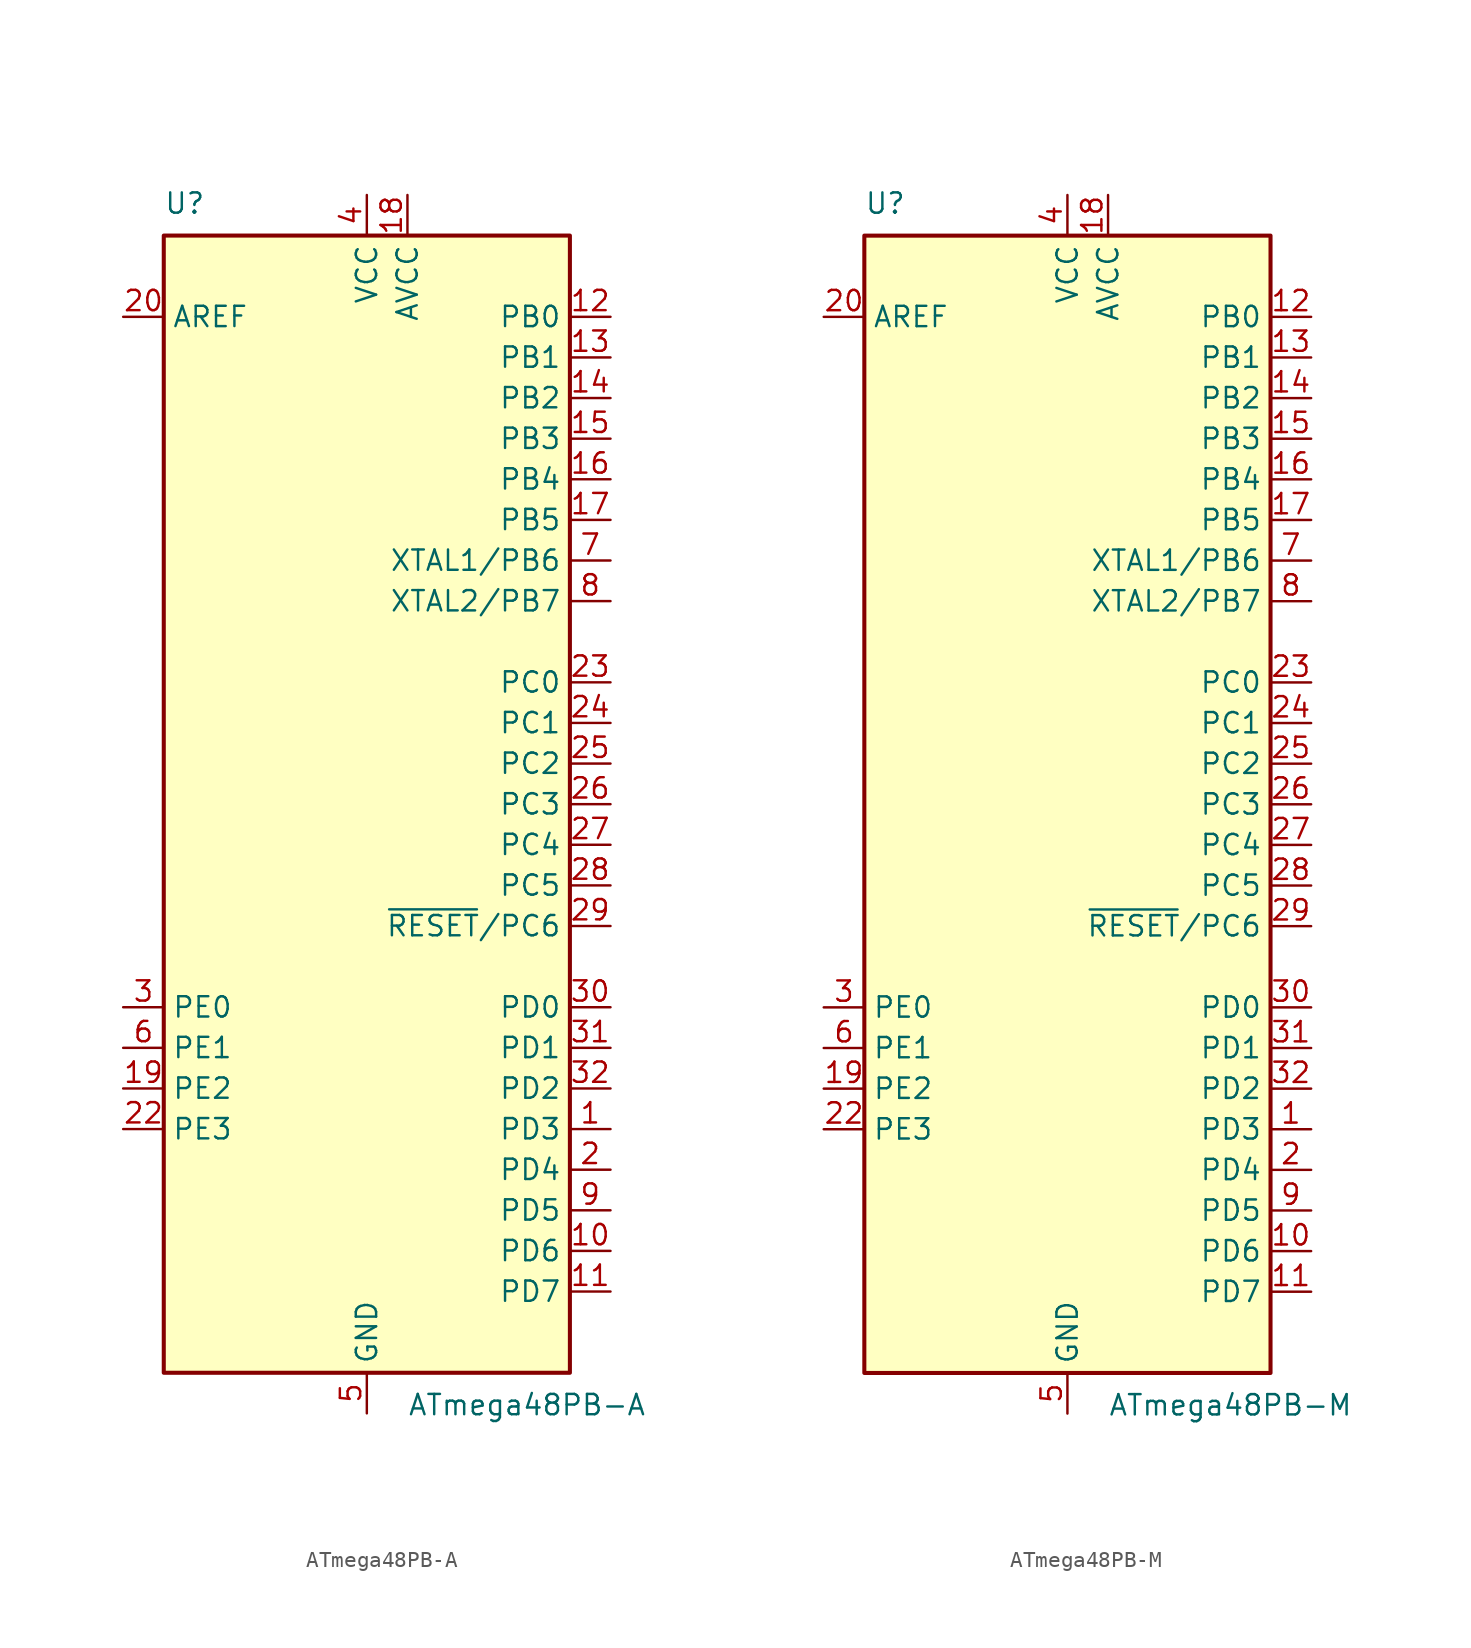
<source format=kicad_sym>
(kicad_symbol_lib
  (version 20211014)
  (generator kicad_symbol_editor)
  (symbol "ATmega48PB-A"
    (property "Reference" "U"
      (at -12.7 36.83 0)
      (effects (font (size 1.27 1.27)) (justify left bottom)))
    (property "Value" "ATmega48PB-A"
      (at 2.54 -36.83 0)
      (effects (font (size 1.27 1.27)) (justify left top)))
    (symbol "ATmega48PB-A_0_1"
      (rectangle (start -12.7 -35.56) (end 12.7 35.56) (stroke (width 0.254) (type default) (color 0 0 0 0)) (fill (type background))))
    (symbol "ATmega48PB-A_1_1"
      (pin bidirectional line (at 15.24 -20.32 180) (length 2.54) (name "PD3" (effects (font (size 1.27 1.27)))) (number "1" (effects (font (size 1.27 1.27)))))
      (pin bidirectional line (at 15.24 -27.94 180) (length 2.54) (name "PD6" (effects (font (size 1.27 1.27)))) (number "10" (effects (font (size 1.27 1.27)))))
      (pin bidirectional line (at 15.24 -30.48 180) (length 2.54) (name "PD7" (effects (font (size 1.27 1.27)))) (number "11" (effects (font (size 1.27 1.27)))))
      (pin bidirectional line (at 15.24 30.48 180) (length 2.54) (name "PB0" (effects (font (size 1.27 1.27)))) (number "12" (effects (font (size 1.27 1.27)))))
      (pin bidirectional line (at 15.24 27.94 180) (length 2.54) (name "PB1" (effects (font (size 1.27 1.27)))) (number "13" (effects (font (size 1.27 1.27)))))
      (pin bidirectional line (at 15.24 25.4 180) (length 2.54) (name "PB2" (effects (font (size 1.27 1.27)))) (number "14" (effects (font (size 1.27 1.27)))))
      (pin bidirectional line (at 15.24 22.86 180) (length 2.54) (name "PB3" (effects (font (size 1.27 1.27)))) (number "15" (effects (font (size 1.27 1.27)))))
      (pin bidirectional line (at 15.24 20.32 180) (length 2.54) (name "PB4" (effects (font (size 1.27 1.27)))) (number "16" (effects (font (size 1.27 1.27)))))
      (pin bidirectional line (at 15.24 17.78 180) (length 2.54) (name "PB5" (effects (font (size 1.27 1.27)))) (number "17" (effects (font (size 1.27 1.27)))))
      (pin power_in line (at 2.54 38.1 270) (length 2.54) (name "AVCC" (effects (font (size 1.27 1.27)))) (number "18" (effects (font (size 1.27 1.27)))))
      (pin bidirectional line (at -15.24 -17.78 0) (length 2.54) (name "PE2" (effects (font (size 1.27 1.27)))) (number "19" (effects (font (size 1.27 1.27)))))
      (pin bidirectional line (at 15.24 -22.86 180) (length 2.54) (name "PD4" (effects (font (size 1.27 1.27)))) (number "2" (effects (font (size 1.27 1.27)))))
      (pin passive line (at -15.24 30.48 0) (length 2.54) (name "AREF" (effects (font (size 1.27 1.27)))) (number "20" (effects (font (size 1.27 1.27)))))
      (pin passive line (at 0 -38.1 90) (length 2.54) hide (name "GND" (effects (font (size 1.27 1.27)))) (number "21" (effects (font (size 1.27 1.27)))))
      (pin bidirectional line (at -15.24 -20.32 0) (length 2.54) (name "PE3" (effects (font (size 1.27 1.27)))) (number "22" (effects (font (size 1.27 1.27)))))
      (pin bidirectional line (at 15.24 7.62 180) (length 2.54) (name "PC0" (effects (font (size 1.27 1.27)))) (number "23" (effects (font (size 1.27 1.27)))))
      (pin bidirectional line (at 15.24 5.08 180) (length 2.54) (name "PC1" (effects (font (size 1.27 1.27)))) (number "24" (effects (font (size 1.27 1.27)))))
      (pin bidirectional line (at 15.24 2.54 180) (length 2.54) (name "PC2" (effects (font (size 1.27 1.27)))) (number "25" (effects (font (size 1.27 1.27)))))
      (pin bidirectional line (at 15.24 0 180) (length 2.54) (name "PC3" (effects (font (size 1.27 1.27)))) (number "26" (effects (font (size 1.27 1.27)))))
      (pin bidirectional line (at 15.24 -2.54 180) (length 2.54) (name "PC4" (effects (font (size 1.27 1.27)))) (number "27" (effects (font (size 1.27 1.27)))))
      (pin bidirectional line (at 15.24 -5.08 180) (length 2.54) (name "PC5" (effects (font (size 1.27 1.27)))) (number "28" (effects (font (size 1.27 1.27)))))
      (pin bidirectional line (at 15.24 -7.62 180) (length 2.54) (name "~{RESET}/PC6" (effects (font (size 1.27 1.27)))) (number "29" (effects (font (size 1.27 1.27)))))
      (pin bidirectional line (at -15.24 -12.7 0) (length 2.54) (name "PE0" (effects (font (size 1.27 1.27)))) (number "3" (effects (font (size 1.27 1.27)))))
      (pin bidirectional line (at 15.24 -12.7 180) (length 2.54) (name "PD0" (effects (font (size 1.27 1.27)))) (number "30" (effects (font (size 1.27 1.27)))))
      (pin bidirectional line (at 15.24 -15.24 180) (length 2.54) (name "PD1" (effects (font (size 1.27 1.27)))) (number "31" (effects (font (size 1.27 1.27)))))
      (pin bidirectional line (at 15.24 -17.78 180) (length 2.54) (name "PD2" (effects (font (size 1.27 1.27)))) (number "32" (effects (font (size 1.27 1.27)))))
      (pin power_in line (at 0 38.1 270) (length 2.54) (name "VCC" (effects (font (size 1.27 1.27)))) (number "4" (effects (font (size 1.27 1.27)))))
      (pin power_in line (at 0 -38.1 90) (length 2.54) (name "GND" (effects (font (size 1.27 1.27)))) (number "5" (effects (font (size 1.27 1.27)))))
      (pin bidirectional line (at -15.24 -15.24 0) (length 2.54) (name "PE1" (effects (font (size 1.27 1.27)))) (number "6" (effects (font (size 1.27 1.27)))))
      (pin bidirectional line (at 15.24 15.24 180) (length 2.54) (name "XTAL1/PB6" (effects (font (size 1.27 1.27)))) (number "7" (effects (font (size 1.27 1.27)))))
      (pin bidirectional line (at 15.24 12.7 180) (length 2.54) (name "XTAL2/PB7" (effects (font (size 1.27 1.27)))) (number "8" (effects (font (size 1.27 1.27)))))
      (pin bidirectional line (at 15.24 -25.4 180) (length 2.54) (name "PD5" (effects (font (size 1.27 1.27)))) (number "9" (effects (font (size 1.27 1.27)))))))
  (symbol "ATmega48PB-M"
    (property "Reference" "U"
      (at -12.7 36.83 0)
      (effects (font (size 1.27 1.27)) (justify left bottom)))
    (property "Value" "ATmega48PB-M"
      (at 2.54 -36.83 0)
      (effects (font (size 1.27 1.27)) (justify left top)))
    (symbol "ATmega48PB-M_0_1"
      (rectangle (start -12.7 -35.56) (end 12.7 35.56) (stroke (width 0.254) (type default) (color 0 0 0 0)) (fill (type background))))
    (symbol "ATmega48PB-M_1_1"
      (pin bidirectional line (at 15.24 -20.32 180) (length 2.54) (name "PD3" (effects (font (size 1.27 1.27)))) (number "1" (effects (font (size 1.27 1.27)))))
      (pin bidirectional line (at 15.24 -27.94 180) (length 2.54) (name "PD6" (effects (font (size 1.27 1.27)))) (number "10" (effects (font (size 1.27 1.27)))))
      (pin bidirectional line (at 15.24 -30.48 180) (length 2.54) (name "PD7" (effects (font (size 1.27 1.27)))) (number "11" (effects (font (size 1.27 1.27)))))
      (pin bidirectional line (at 15.24 30.48 180) (length 2.54) (name "PB0" (effects (font (size 1.27 1.27)))) (number "12" (effects (font (size 1.27 1.27)))))
      (pin bidirectional line (at 15.24 27.94 180) (length 2.54) (name "PB1" (effects (font (size 1.27 1.27)))) (number "13" (effects (font (size 1.27 1.27)))))
      (pin bidirectional line (at 15.24 25.4 180) (length 2.54) (name "PB2" (effects (font (size 1.27 1.27)))) (number "14" (effects (font (size 1.27 1.27)))))
      (pin bidirectional line (at 15.24 22.86 180) (length 2.54) (name "PB3" (effects (font (size 1.27 1.27)))) (number "15" (effects (font (size 1.27 1.27)))))
      (pin bidirectional line (at 15.24 20.32 180) (length 2.54) (name "PB4" (effects (font (size 1.27 1.27)))) (number "16" (effects (font (size 1.27 1.27)))))
      (pin bidirectional line (at 15.24 17.78 180) (length 2.54) (name "PB5" (effects (font (size 1.27 1.27)))) (number "17" (effects (font (size 1.27 1.27)))))
      (pin power_in line (at 2.54 38.1 270) (length 2.54) (name "AVCC" (effects (font (size 1.27 1.27)))) (number "18" (effects (font (size 1.27 1.27)))))
      (pin bidirectional line (at -15.24 -17.78 0) (length 2.54) (name "PE2" (effects (font (size 1.27 1.27)))) (number "19" (effects (font (size 1.27 1.27)))))
      (pin bidirectional line (at 15.24 -22.86 180) (length 2.54) (name "PD4" (effects (font (size 1.27 1.27)))) (number "2" (effects (font (size 1.27 1.27)))))
      (pin passive line (at -15.24 30.48 0) (length 2.54) (name "AREF" (effects (font (size 1.27 1.27)))) (number "20" (effects (font (size 1.27 1.27)))))
      (pin passive line (at 0 -38.1 90) (length 2.54) hide (name "GND" (effects (font (size 1.27 1.27)))) (number "21" (effects (font (size 1.27 1.27)))))
      (pin bidirectional line (at -15.24 -20.32 0) (length 2.54) (name "PE3" (effects (font (size 1.27 1.27)))) (number "22" (effects (font (size 1.27 1.27)))))
      (pin bidirectional line (at 15.24 7.62 180) (length 2.54) (name "PC0" (effects (font (size 1.27 1.27)))) (number "23" (effects (font (size 1.27 1.27)))))
      (pin bidirectional line (at 15.24 5.08 180) (length 2.54) (name "PC1" (effects (font (size 1.27 1.27)))) (number "24" (effects (font (size 1.27 1.27)))))
      (pin bidirectional line (at 15.24 2.54 180) (length 2.54) (name "PC2" (effects (font (size 1.27 1.27)))) (number "25" (effects (font (size 1.27 1.27)))))
      (pin bidirectional line (at 15.24 0 180) (length 2.54) (name "PC3" (effects (font (size 1.27 1.27)))) (number "26" (effects (font (size 1.27 1.27)))))
      (pin bidirectional line (at 15.24 -2.54 180) (length 2.54) (name "PC4" (effects (font (size 1.27 1.27)))) (number "27" (effects (font (size 1.27 1.27)))))
      (pin bidirectional line (at 15.24 -5.08 180) (length 2.54) (name "PC5" (effects (font (size 1.27 1.27)))) (number "28" (effects (font (size 1.27 1.27)))))
      (pin bidirectional line (at 15.24 -7.62 180) (length 2.54) (name "~{RESET}/PC6" (effects (font (size 1.27 1.27)))) (number "29" (effects (font (size 1.27 1.27)))))
      (pin bidirectional line (at -15.24 -12.7 0) (length 2.54) (name "PE0" (effects (font (size 1.27 1.27)))) (number "3" (effects (font (size 1.27 1.27)))))
      (pin bidirectional line (at 15.24 -12.7 180) (length 2.54) (name "PD0" (effects (font (size 1.27 1.27)))) (number "30" (effects (font (size 1.27 1.27)))))
      (pin bidirectional line (at 15.24 -15.24 180) (length 2.54) (name "PD1" (effects (font (size 1.27 1.27)))) (number "31" (effects (font (size 1.27 1.27)))))
      (pin bidirectional line (at 15.24 -17.78 180) (length 2.54) (name "PD2" (effects (font (size 1.27 1.27)))) (number "32" (effects (font (size 1.27 1.27)))))
      (pin passive line (at 0 -38.1 90) (length 2.54) hide (name "GND" (effects (font (size 1.27 1.27)))) (number "33" (effects (font (size 1.27 1.27)))))
      (pin power_in line (at 0 38.1 270) (length 2.54) (name "VCC" (effects (font (size 1.27 1.27)))) (number "4" (effects (font (size 1.27 1.27)))))
      (pin power_in line (at 0 -38.1 90) (length 2.54) (name "GND" (effects (font (size 1.27 1.27)))) (number "5" (effects (font (size 1.27 1.27)))))
      (pin bidirectional line (at -15.24 -15.24 0) (length 2.54) (name "PE1" (effects (font (size 1.27 1.27)))) (number "6" (effects (font (size 1.27 1.27)))))
      (pin bidirectional line (at 15.24 15.24 180) (length 2.54) (name "XTAL1/PB6" (effects (font (size 1.27 1.27)))) (number "7" (effects (font (size 1.27 1.27)))))
      (pin bidirectional line (at 15.24 12.7 180) (length 2.54) (name "XTAL2/PB7" (effects (font (size 1.27 1.27)))) (number "8" (effects (font (size 1.27 1.27)))))
      (pin bidirectional line (at 15.24 -25.4 180) (length 2.54) (name "PD5" (effects (font (size 1.27 1.27)))) (number "9" (effects (font (size 1.27 1.27))))))))
</source>
